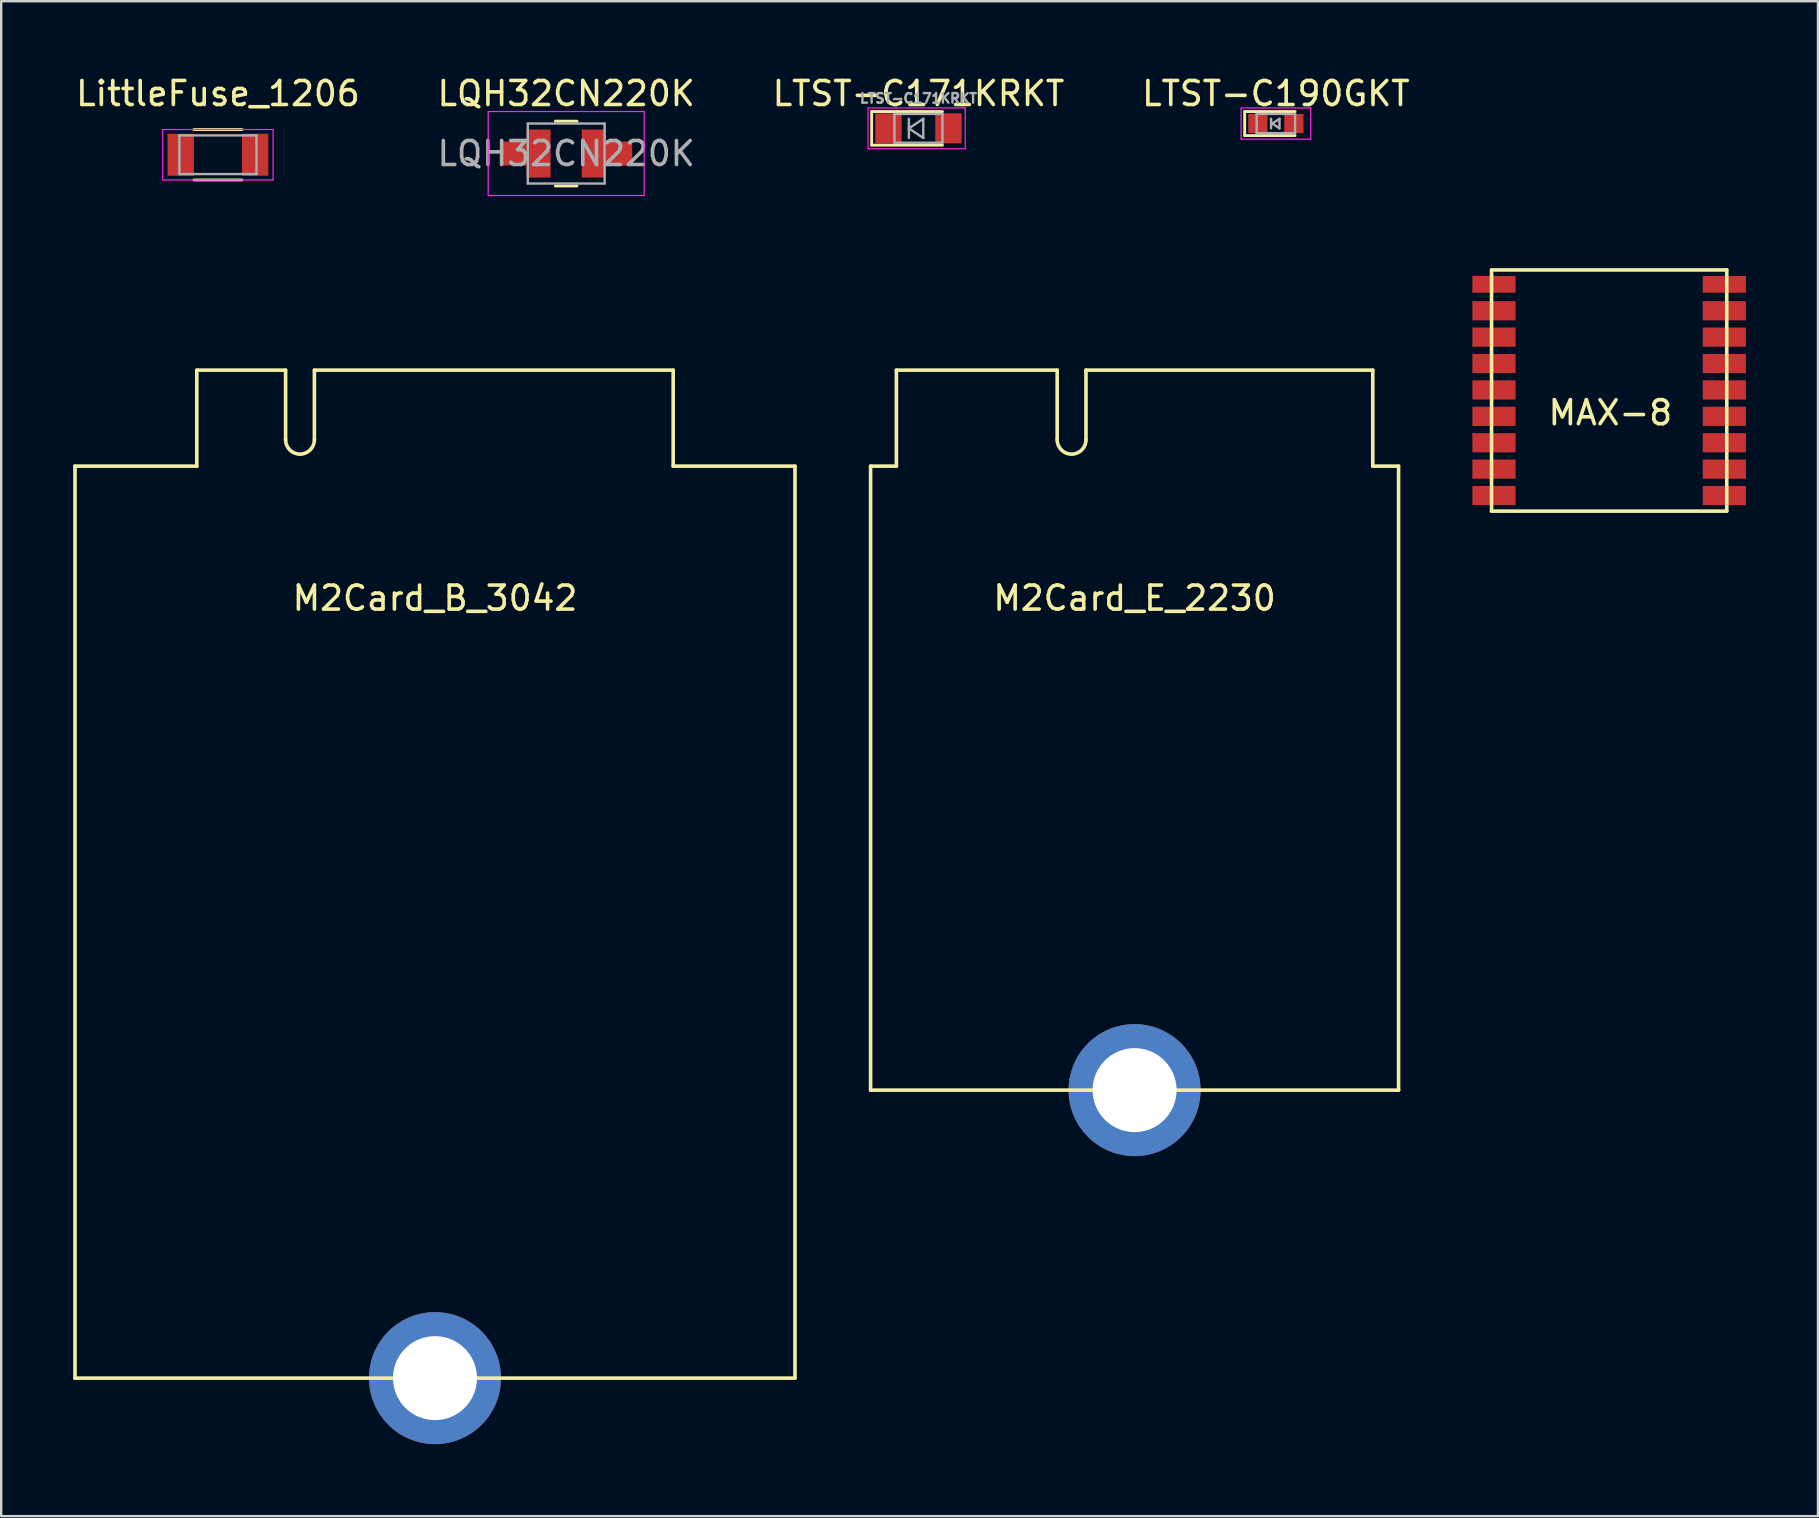
<source format=kicad_pcb>
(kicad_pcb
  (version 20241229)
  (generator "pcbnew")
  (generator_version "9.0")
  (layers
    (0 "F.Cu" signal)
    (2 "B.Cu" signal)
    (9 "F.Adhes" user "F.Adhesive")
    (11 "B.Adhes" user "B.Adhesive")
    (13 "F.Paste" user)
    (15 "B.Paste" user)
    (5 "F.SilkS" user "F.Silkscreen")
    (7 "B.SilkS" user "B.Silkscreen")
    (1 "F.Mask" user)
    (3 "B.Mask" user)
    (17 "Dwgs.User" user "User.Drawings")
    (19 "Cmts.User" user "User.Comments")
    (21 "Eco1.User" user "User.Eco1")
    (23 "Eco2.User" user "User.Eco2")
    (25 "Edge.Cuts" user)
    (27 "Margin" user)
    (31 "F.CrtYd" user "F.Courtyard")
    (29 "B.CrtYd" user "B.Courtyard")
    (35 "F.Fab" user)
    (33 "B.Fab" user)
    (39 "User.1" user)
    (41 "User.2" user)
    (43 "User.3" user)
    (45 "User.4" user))
  (footprint "LQH32CN220K"
    (layer "F.Cu")
    (at 20.542 3.348)
    (property "Reference" "LQH32CN220K" (at 0 -2.5 0) (layer "F.SilkS") (effects (font (size 1 1) (thickness 0.15))))
    (attr smd)
    (fp_line (start -0.45 -1.35) (end 0.45 -1.35) (stroke (width 0.12) (type solid)) (layer "F.SilkS"))
    (fp_line (start -0.45 1.35) (end 0.45 1.35) (stroke (width 0.12) (type solid)) (layer "F.SilkS"))
    (fp_line (start -3.25 -1.75) (end -3.25 1.75) (stroke (width 0.05) (type solid)) (layer "F.CrtYd"))
    (fp_line (start -3.25 1.75) (end 3.25 1.75) (stroke (width 0.05) (type solid)) (layer "F.CrtYd"))
    (fp_line (start 3.25 -1.75) (end -3.25 -1.75) (stroke (width 0.05) (type solid)) (layer "F.CrtYd"))
    (fp_line (start 3.25 1.75) (end 3.25 -1.75) (stroke (width 0.05) (type solid)) (layer "F.CrtYd"))
    (fp_line (start -1.6 -1.25) (end -1.6 1.25) (stroke (width 0.1) (type solid)) (layer "F.Fab"))
    (fp_line (start -1.6 1.25) (end 1.6 1.25) (stroke (width 0.1) (type solid)) (layer "F.Fab"))
    (fp_line (start 1.6 -1.25) (end -1.6 -1.25) (stroke (width 0.1) (type solid)) (layer "F.Fab"))
    (fp_line (start 1.6 1.25) (end 1.6 -1.25) (stroke (width 0.1) (type solid)) (layer "F.Fab"))
    (fp_text user "${REFERENCE}" (at 0 0 0) (layer "F.Fab") (effects (font (size 1 1) (thickness 0.15))))
    (pad "1" smd rect (at -2.2 0) (size 1.1 1) (layers "F.Cu" "F.Mask" "F.Paste"))
    (pad "1" smd rect (at -1.15 0) (size 1 2) (layers "F.Cu" "F.Mask" "F.Paste"))
    (pad "2" smd rect (at 1.15 0) (size 1 2) (layers "F.Cu" "F.Mask" "F.Paste"))
    (pad "2" smd rect (at 2.2 0) (size 1.1 1) (layers "F.Cu" "F.Mask" "F.Paste")))
  (footprint "LTST-C190GKT"
    (layer "F.Cu")
    (at 50.113 2.098)
    (property "Reference" "LTST-C190GKT" (at 0 -1.25 0) (layer "F.SilkS") (effects (font (size 1 1) (thickness 0.15))))
    (attr smd)
    (fp_line (start -1.3 -0.5) (end -1.3 0.5) (stroke (width 0.12) (type solid)) (layer "F.SilkS"))
    (fp_line (start -1.3 -0.5) (end 0.8 -0.5) (stroke (width 0.12) (type solid)) (layer "F.SilkS"))
    (fp_line (start -1.3 0.5) (end 0.8 0.5) (stroke (width 0.12) (type solid)) (layer "F.SilkS"))
    (fp_line (start -1.45 -0.65) (end 1.45 -0.65) (stroke (width 0.05) (type solid)) (layer "F.CrtYd"))
    (fp_line (start -1.45 0.65) (end -1.45 -0.65) (stroke (width 0.05) (type solid)) (layer "F.CrtYd"))
    (fp_line (start 1.45 -0.65) (end 1.45 0.65) (stroke (width 0.05) (type solid)) (layer "F.CrtYd"))
    (fp_line (start 1.45 0.65) (end -1.45 0.65) (stroke (width 0.05) (type solid)) (layer "F.CrtYd"))
    (fp_line (start -0.8 -0.4) (end 0.8 -0.4) (stroke (width 0.1) (type solid)) (layer "F.Fab"))
    (fp_line (start -0.8 0.4) (end -0.8 -0.4) (stroke (width 0.1) (type solid)) (layer "F.Fab"))
    (fp_line (start -0.2 -0.2) (end -0.2 0.2) (stroke (width 0.1) (type solid)) (layer "F.Fab"))
    (fp_line (start -0.15 0) (end 0.15 -0.2) (stroke (width 0.1) (type solid)) (layer "F.Fab"))
    (fp_line (start 0.15 -0.2) (end 0.15 0.2) (stroke (width 0.1) (type solid)) (layer "F.Fab"))
    (fp_line (start 0.15 0.2) (end -0.15 0) (stroke (width 0.1) (type solid)) (layer "F.Fab"))
    (fp_line (start 0.8 -0.4) (end 0.8 0.4) (stroke (width 0.1) (type solid)) (layer "F.Fab"))
    (fp_line (start 0.8 0.4) (end -0.8 0.4) (stroke (width 0.1) (type solid)) (layer "F.Fab"))
    (pad "1" smd rect (at -0.75 0 180) (size 0.8 0.8) (layers "F.Cu" "F.Mask" "F.Paste"))
    (pad "2" smd rect (at 0.75 0 180) (size 0.8 0.8) (layers "F.Cu" "F.Mask" "F.Paste")))
  (footprint "MAX-8"
    (layer "F.Cu")
    (at 64 8.798)
    (property "Reference" "MAX-8" (at 0.05 5.35 0) (layer "F.SilkS") (effects (font (size 1 1) (thickness 0.15))))
    (attr through_hole)
    (fp_line (start -4.9 -0.6) (end 4.9 -0.6) (stroke (width 0.15) (type solid)) (layer "F.SilkS"))
    (fp_line (start -4.9 -0.35) (end -4.9 -0.6) (stroke (width 0.15) (type solid)) (layer "F.SilkS"))
    (fp_line (start -4.9 9.45) (end -4.9 -0.35) (stroke (width 0.15) (type solid)) (layer "F.SilkS"))
    (fp_line (start 4.9 -0.6) (end 4.9 9.45) (stroke (width 0.15) (type solid)) (layer "F.SilkS"))
    (fp_line (start 4.9 9.45) (end -4.9 9.45) (stroke (width 0.15) (type solid)) (layer "F.SilkS"))
    (pad "1" smd rect (at -4.8 0) (size 1.8 0.7) (layers "F.Cu" "F.Mask" "F.Paste"))
    (pad "2" smd rect (at -4.8 1.1) (size 1.8 0.8) (layers "F.Cu" "F.Mask" "F.Paste"))
    (pad "3" smd rect (at -4.8 2.2) (size 1.8 0.8) (layers "F.Cu" "F.Mask" "F.Paste"))
    (pad "4" smd rect (at -4.8 3.3) (size 1.8 0.8) (layers "F.Cu" "F.Mask" "F.Paste"))
    (pad "5" smd rect (at -4.8 4.4) (size 1.8 0.8) (layers "F.Cu" "F.Mask" "F.Paste"))
    (pad "6" smd rect (at -4.8 5.5) (size 1.8 0.8) (layers "F.Cu" "F.Mask" "F.Paste"))
    (pad "7" smd rect (at -4.8 6.6) (size 1.8 0.8) (layers "F.Cu" "F.Mask" "F.Paste"))
    (pad "8" smd rect (at -4.8 7.7) (size 1.8 0.8) (layers "F.Cu" "F.Mask" "F.Paste"))
    (pad "9" smd rect (at -4.8 8.8) (size 1.8 0.8) (layers "F.Cu" "F.Mask" "F.Paste"))
    (pad "10" smd rect (at 4.8 8.8) (size 1.8 0.8) (layers "F.Cu" "F.Mask" "F.Paste"))
    (pad "11" smd rect (at 4.8 7.7) (size 1.8 0.8) (layers "F.Cu" "F.Mask" "F.Paste"))
    (pad "12" smd rect (at 4.8 6.6) (size 1.8 0.8) (layers "F.Cu" "F.Mask" "F.Paste"))
    (pad "13" smd rect (at 4.8 5.5) (size 1.8 0.8) (layers "F.Cu" "F.Mask" "F.Paste"))
    (pad "14" smd rect (at 4.8 4.4) (size 1.8 0.8) (layers "F.Cu" "F.Mask" "F.Paste"))
    (pad "15" smd rect (at 4.8 3.3) (size 1.8 0.8) (layers "F.Cu" "F.Mask" "F.Paste"))
    (pad "16" smd rect (at 4.8 2.2) (size 1.8 0.8) (layers "F.Cu" "F.Mask" "F.Paste"))
    (pad "17" smd rect (at 4.8 1.1) (size 1.8 0.8) (layers "F.Cu" "F.Mask" "F.Paste"))
    (pad "18" smd rect (at 4.8 0) (size 1.8 0.7) (layers "F.Cu" "F.Mask" "F.Paste")))
  (footprint "LittleFuse_1206"
    (layer "F.Cu")
    (at 6.03 3.398)
    (property "Reference" "LittleFuse_1206" (at 0 -2.55 0) (layer "F.SilkS") (effects (font (size 1 1) (thickness 0.15))))
    (attr smd)
    (fp_line (start -1 -1.05) (end 1 -1.05) (stroke (width 0.12) (type solid)) (layer "F.SilkS"))
    (fp_line (start 1 1.05) (end -1 1.05) (stroke (width 0.12) (type solid)) (layer "F.SilkS"))
    (fp_line (start -2.3 -1.05) (end -2.3 1.05) (stroke (width 0.05) (type solid)) (layer "F.CrtYd"))
    (fp_line (start -2.3 -1.05) (end 2.3 -1.05) (stroke (width 0.05) (type solid)) (layer "F.CrtYd"))
    (fp_line (start 2.3 1.05) (end -2.3 1.05) (stroke (width 0.05) (type solid)) (layer "F.CrtYd"))
    (fp_line (start 2.3 1.05) (end 2.3 -1.05) (stroke (width 0.05) (type solid)) (layer "F.CrtYd"))
    (fp_line (start -1.607 -0.805) (end 1.607 -0.805) (stroke (width 0.1) (type solid)) (layer "F.Fab"))
    (fp_line (start -1.607 0.805) (end -1.607 -0.805) (stroke (width 0.1) (type solid)) (layer "F.Fab"))
    (fp_line (start 1.607 -0.805) (end 1.607 0.805) (stroke (width 0.1) (type solid)) (layer "F.Fab"))
    (fp_line (start 1.607 0.805) (end -1.607 0.805) (stroke (width 0.1) (type solid)) (layer "F.Fab"))
    (pad "1" smd rect (at -1.55 0) (size 1.1 1.75) (layers "F.Cu" "F.Mask" "F.Paste"))
    (pad "2" smd rect (at 1.55 0) (size 1.1 1.75) (layers "F.Cu" "F.Mask" "F.Paste")))
  (footprint "M2Card_E_2230"
    (layer "F.Cu")
    (at 44.225 8.373)
    (property "Reference" "M2Card_E_2230" (at 0 13.5 0) (layer "F.SilkS") (effects (font (size 1 1) (thickness 0.15))))
    (attr through_hole)
    (fp_line (start -11 8) (end -11 34) (stroke (width 0.15) (type solid)) (layer "F.SilkS"))
    (fp_line (start -11 8) (end -9.925 8) (stroke (width 0.15) (type solid)) (layer "F.SilkS"))
    (fp_line (start -11 34) (end 11 34) (stroke (width 0.15) (type solid)) (layer "F.SilkS"))
    (fp_line (start -9.925 8) (end -9.925 4) (stroke (width 0.15) (type solid)) (layer "F.SilkS"))
    (fp_line (start -3.225 4) (end -9.925 4) (stroke (width 0.15) (type solid)) (layer "F.SilkS"))
    (fp_line (start -3.225 4) (end -3.225 6.9) (stroke (width 0.15) (type solid)) (layer "F.SilkS"))
    (fp_line (start -2.025 4) (end -2.025 6.9) (stroke (width 0.15) (type solid)) (layer "F.SilkS"))
    (fp_line (start -2.025 4) (end 9.925 4) (stroke (width 0.15) (type solid)) (layer "F.SilkS"))
    (fp_line (start 9.925 4) (end 9.925 8) (stroke (width 0.15) (type solid)) (layer "F.SilkS"))
    (fp_line (start 9.925 8) (end 11 8) (stroke (width 0.15) (type solid)) (layer "F.SilkS"))
    (fp_line (start 11 8) (end 11 34) (stroke (width 0.15) (type solid)) (layer "F.SilkS"))
    (fp_arc (start -2.025 6.9) (mid -2.625 7.5) (end -3.225 6.9) (stroke (width 0.15) (type solid)) (layer "F.SilkS"))
    (pad "1" thru_hole circle (at 0 34) (size 5.5 5.5) (drill 3.5) (layers "*.Cu" "*.Mask")))
  (footprint "M2Card_B_3042"
    (layer "F.Cu")
    (at 15.075 8.373)
    (property "Reference" "M2Card_B_3042" (at 0 13.5 0) (layer "F.SilkS") (effects (font (size 1 1) (thickness 0.15))))
    (attr through_hole)
    (fp_line (start -15 8) (end -15 46) (stroke (width 0.15) (type solid)) (layer "F.SilkS"))
    (fp_line (start -15 8) (end -9.925 8) (stroke (width 0.15) (type solid)) (layer "F.SilkS"))
    (fp_line (start -15 46) (end 15 46) (stroke (width 0.15) (type solid)) (layer "F.SilkS"))
    (fp_line (start -9.925 8) (end -9.925 4) (stroke (width 0.15) (type solid)) (layer "F.SilkS"))
    (fp_line (start -6.225 4) (end -9.925 4) (stroke (width 0.15) (type solid)) (layer "F.SilkS"))
    (fp_line (start -6.225 4) (end -6.225 6.9) (stroke (width 0.15) (type solid)) (layer "F.SilkS"))
    (fp_line (start -5.025 4) (end -5.025 6.9) (stroke (width 0.15) (type solid)) (layer "F.SilkS"))
    (fp_line (start -5.025 4) (end 9.925 4) (stroke (width 0.15) (type solid)) (layer "F.SilkS"))
    (fp_line (start 9.925 4) (end 9.925 8) (stroke (width 0.15) (type solid)) (layer "F.SilkS"))
    (fp_line (start 9.925 8) (end 15 8) (stroke (width 0.15) (type solid)) (layer "F.SilkS"))
    (fp_line (start 15 8) (end 15 46) (stroke (width 0.15) (type solid)) (layer "F.SilkS"))
    (fp_arc (start -5.025 6.9) (mid -5.625 7.5) (end -6.225 6.9) (stroke (width 0.15) (type solid)) (layer "F.SilkS"))
    (pad "1" thru_hole circle (at 0 46) (size 5.5 5.5) (drill 3.5) (layers "*.Cu" "*.Mask")))
  (footprint "LTST-C171KRKT"
    (layer "F.Cu")
    (at 35.22 2.298)
    (property "Reference" "LTST-C171KRKT" (at 0 -1.45 0) (layer "F.SilkS") (effects (font (size 1 1) (thickness 0.15))))
    (attr smd)
    (fp_line (start -1.95 -0.7) (end -1.95 0.7) (stroke (width 0.12) (type solid)) (layer "F.SilkS"))
    (fp_line (start -1.95 -0.7) (end 1 -0.7) (stroke (width 0.12) (type solid)) (layer "F.SilkS"))
    (fp_line (start -1.95 0.7) (end 1 0.7) (stroke (width 0.12) (type solid)) (layer "F.SilkS"))
    (fp_line (start -2.1 -0.85) (end 1.95 -0.85) (stroke (width 0.05) (type solid)) (layer "F.CrtYd"))
    (fp_line (start -2.1 0.85) (end -2.1 -0.85) (stroke (width 0.05) (type solid)) (layer "F.CrtYd"))
    (fp_line (start 1.95 -0.85) (end 1.95 0.85) (stroke (width 0.05) (type solid)) (layer "F.CrtYd"))
    (fp_line (start 1.95 0.85) (end -2.1 0.85) (stroke (width 0.05) (type solid)) (layer "F.CrtYd"))
    (fp_line (start -1 -0.6) (end 1 -0.6) (stroke (width 0.1) (type solid)) (layer "F.Fab"))
    (fp_line (start -1 0.6) (end -1 -0.6) (stroke (width 0.1) (type solid)) (layer "F.Fab"))
    (fp_line (start -0.4 -0.4) (end -0.4 0.4) (stroke (width 0.1) (type solid)) (layer "F.Fab"))
    (fp_line (start -0.4 0) (end 0.2 -0.4) (stroke (width 0.1) (type solid)) (layer "F.Fab"))
    (fp_line (start 0.2 -0.4) (end 0.2 0.4) (stroke (width 0.1) (type solid)) (layer "F.Fab"))
    (fp_line (start 0.2 0.4) (end -0.4 0) (stroke (width 0.1) (type solid)) (layer "F.Fab"))
    (fp_line (start 1 -0.6) (end 1 0.6) (stroke (width 0.1) (type solid)) (layer "F.Fab"))
    (fp_line (start 1 0.6) (end -1 0.6) (stroke (width 0.1) (type solid)) (layer "F.Fab"))
    (fp_text user "${REFERENCE}" (at 0 -1.25 0) (layer "F.Fab") (effects (font (size 0.4 0.4) (thickness 0.1))))
    (pad "1" smd rect (at -1.25 0 180) (size 1.1 1.25) (layers "F.Cu" "F.Mask" "F.Paste"))
    (pad "2" smd rect (at 1.25 0 180) (size 1.1 1.25) (layers "F.Cu" "F.Mask" "F.Paste")))
  (gr_rect
    (start -3 -3)
    (end 72.7 60.123)
    (stroke (width 0.1) (type default))
    (fill no)
    (layer "Edge.Cuts")))
</source>
